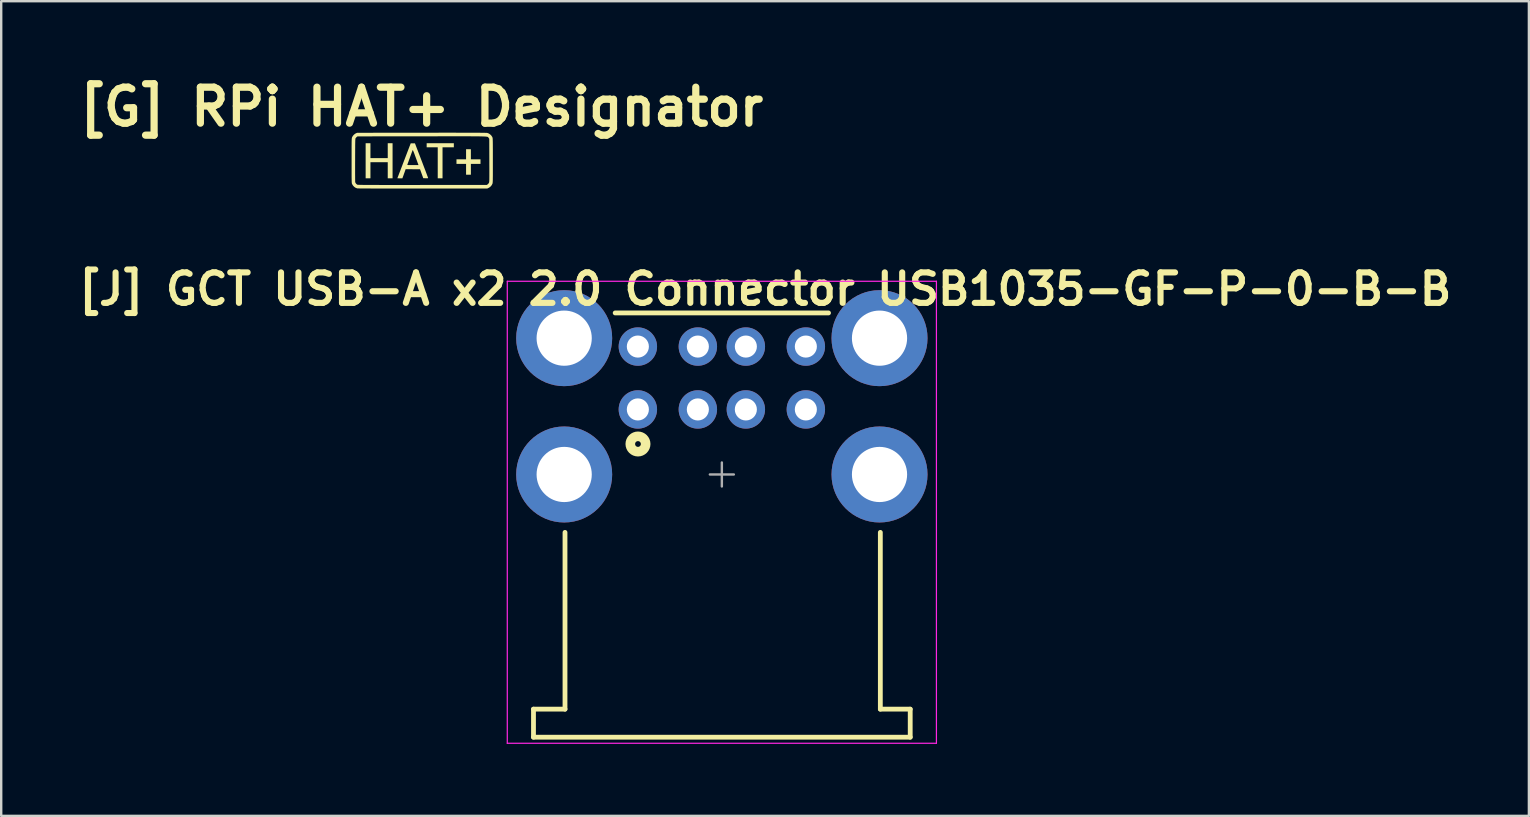
<source format=kicad_pcb>
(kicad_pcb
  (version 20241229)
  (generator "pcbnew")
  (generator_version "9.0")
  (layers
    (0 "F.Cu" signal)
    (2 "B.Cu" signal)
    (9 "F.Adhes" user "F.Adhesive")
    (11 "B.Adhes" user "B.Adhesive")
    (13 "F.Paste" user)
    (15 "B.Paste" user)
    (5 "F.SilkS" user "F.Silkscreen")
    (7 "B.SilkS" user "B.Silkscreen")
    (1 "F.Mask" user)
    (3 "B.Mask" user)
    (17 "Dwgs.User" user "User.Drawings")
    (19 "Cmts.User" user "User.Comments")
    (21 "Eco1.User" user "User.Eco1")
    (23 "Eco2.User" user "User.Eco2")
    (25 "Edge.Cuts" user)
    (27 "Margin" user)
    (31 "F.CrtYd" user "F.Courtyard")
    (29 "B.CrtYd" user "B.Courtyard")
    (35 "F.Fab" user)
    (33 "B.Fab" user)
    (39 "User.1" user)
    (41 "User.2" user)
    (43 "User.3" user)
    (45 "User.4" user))
  (footprint "[G] RPi HAT+ Designator"
    (layer "F.Cu")
    (at 14.529 3.654)
    (property "Reference" "[G] RPi HAT+ Designator" (at -0.015 -2.25 0) (layer "F.SilkS") (effects (font (size 1.5 1.5) (thickness 0.3))))
    (attr exclude_from_pos_files exclude_from_bom)
    (fp_poly (pts (xy 1.332 -0.651) (xy 1.332 -0.566) (xy 1.096 -0.566) (xy 0.861 -0.566) (xy 0.861 0.08) (xy 0.861 0.726) (xy 0.761 0.726) (xy 0.661 0.726) (xy 0.661 0.08) (xy 0.661 -0.566) (xy 0.431 -0.566) (xy 0.2 -0.566) (xy 0.2 -0.651) (xy 0.2 -0.736) (xy 0.766 -0.736) (xy 1.332 -0.736)) (stroke (width 0) (type solid)) (fill yes) (layer "F.SilkS"))
    (fp_poly (pts (xy -2.143 -0.426) (xy -2.143 -0.115) (xy -1.782 -0.115) (xy -1.422 -0.115) (xy -1.422 -0.426) (xy -1.422 -0.736) (xy -1.322 -0.736) (xy -1.221 -0.736) (xy -1.221 -0.005) (xy -1.221 0.726) (xy -1.322 0.726) (xy -1.422 0.726) (xy -1.422 0.39) (xy -1.422 0.055) (xy -1.782 0.055) (xy -2.143 0.055) (xy -2.143 0.39) (xy -2.143 0.726) (xy -2.243 0.726) (xy -2.343 0.726) (xy -2.343 -0.005) (xy -2.343 -0.736) (xy -2.243 -0.736) (xy -2.143 -0.736)) (stroke (width 0) (type solid)) (fill yes) (layer "F.SilkS"))
    (fp_poly (pts (xy 2.042 -0.275) (xy 2.042 -0.065) (xy 2.243 -0.065) (xy 2.443 -0.065) (xy 2.443 0.03) (xy 2.443 0.125) (xy 2.243 0.125) (xy 2.042 0.125) (xy 2.042 0.35) (xy 2.042 0.576) (xy 1.942 0.576) (xy 1.842 0.576) (xy 1.842 0.35) (xy 1.842 0.125) (xy 1.642 0.125) (xy 1.442 0.125) (xy 1.442 0.03) (xy 1.442 -0.065) (xy 1.642 -0.065) (xy 1.842 -0.065) (xy 1.842 -0.275) (xy 1.842 -0.486) (xy 1.942 -0.486) (xy 2.042 -0.486)) (stroke (width 0) (type solid)) (fill yes) (layer "F.SilkS"))
    (fp_poly (pts (xy -0.014 -0.015) (xy 0.03 0.099) (xy 0.071 0.208) (xy 0.11 0.31) (xy 0.146 0.404) (xy 0.177 0.488) (xy 0.205 0.562) (xy 0.227 0.622) (xy 0.245 0.668) (xy 0.256 0.699) (xy 0.26 0.713) (xy 0.26 0.714) (xy 0.255 0.72) (xy 0.239 0.723) (xy 0.208 0.724) (xy 0.159 0.724) (xy 0.159 0.724) (xy 0.058 0.721) (xy -0.009 0.536) (xy -0.076 0.35) (xy -0.376 0.348) (xy -0.676 0.345) (xy -0.724 0.483) (xy -0.744 0.537) (xy -0.762 0.59) (xy -0.779 0.635) (xy -0.791 0.668) (xy -0.793 0.673) (xy -0.812 0.726) (xy -0.917 0.726) (xy -0.96 0.726) (xy -0.994 0.725) (xy -1.016 0.724) (xy -1.021 0.723) (xy -1.017 0.714) (xy -1.007 0.687) (xy -0.991 0.644) (xy -0.969 0.587) (xy -0.943 0.517) (xy -0.911 0.436) (xy -0.876 0.344) (xy -0.838 0.244) (xy -0.807 0.163) (xy -0.607 0.163) (xy -0.604 0.167) (xy -0.594 0.171) (xy -0.575 0.173) (xy -0.545 0.174) (xy -0.501 0.175) (xy -0.442 0.175) (xy -0.377 0.175) (xy -0.14 0.175) (xy -0.171 0.093) (xy -0.183 0.06) (xy -0.2 0.012) (xy -0.222 -0.048) (xy -0.246 -0.114) (xy -0.272 -0.185) (xy -0.288 -0.228) (xy -0.317 -0.309) (xy -0.342 -0.372) (xy -0.361 -0.417) (xy -0.374 -0.445) (xy -0.381 -0.453) (xy -0.382 -0.452) (xy -0.387 -0.44) (xy -0.398 -0.411) (xy -0.415 -0.368) (xy -0.435 -0.313) (xy -0.458 -0.249) (xy -0.484 -0.179) (xy -0.494 -0.149) (xy -0.521 -0.076) (xy -0.545 -0.009) (xy -0.566 0.05) (xy -0.584 0.098) (xy -0.597 0.134) (xy -0.605 0.154) (xy -0.606 0.158) (xy -0.607 0.163) (xy -0.807 0.163) (xy -0.797 0.136) (xy -0.753 0.022) (xy -0.743 -0.005) (xy -0.465 -0.731) (xy -0.377 -0.731) (xy -0.288 -0.731)) (stroke (width 0) (type solid)) (fill yes) (layer "F.SilkS"))
    (fp_poly (pts (xy 1.313 -1.175) (xy 1.522 -1.174) (xy 1.713 -1.174) (xy 1.886 -1.174) (xy 2.042 -1.174) (xy 2.181 -1.173) (xy 2.304 -1.172) (xy 2.41 -1.172) (xy 2.499 -1.171) (xy 2.574 -1.17) (xy 2.632 -1.169) (xy 2.676 -1.168) (xy 2.705 -1.167) (xy 2.72 -1.166) (xy 2.721 -1.166) (xy 2.783 -1.144) (xy 2.842 -1.106) (xy 2.893 -1.057) (xy 2.931 -1) (xy 2.946 -0.963) (xy 2.948 -0.951) (xy 2.95 -0.932) (xy 2.952 -0.902) (xy 2.953 -0.863) (xy 2.955 -0.813) (xy 2.956 -0.75) (xy 2.957 -0.673) (xy 2.957 -0.582) (xy 2.958 -0.476) (xy 2.958 -0.353) (xy 2.958 -0.212) (xy 2.958 -0.053) (xy 2.958 -0.01) (xy 2.958 0.146) (xy 2.958 0.284) (xy 2.958 0.404) (xy 2.958 0.508) (xy 2.958 0.597) (xy 2.957 0.673) (xy 2.956 0.736) (xy 2.956 0.788) (xy 2.954 0.83) (xy 2.953 0.864) (xy 2.951 0.89) (xy 2.949 0.911) (xy 2.947 0.926) (xy 2.945 0.939) (xy 2.942 0.949) (xy 2.94 0.953) (xy 2.909 1.014) (xy 2.863 1.069) (xy 2.805 1.113) (xy 2.785 1.123) (xy 2.728 1.151) (xy 0.04 1.153) (xy -0.191 1.153) (xy -0.417 1.153) (xy -0.638 1.153) (xy -0.851 1.153) (xy -1.058 1.153) (xy -1.256 1.152) (xy -1.444 1.152) (xy -1.623 1.152) (xy -1.791 1.152) (xy -1.948 1.151) (xy -2.091 1.151) (xy -2.222 1.15) (xy -2.338 1.15) (xy -2.439 1.149) (xy -2.525 1.148) (xy -2.594 1.148) (xy -2.645 1.147) (xy -2.678 1.146) (xy -2.692 1.146) (xy -2.692 1.146) (xy -2.757 1.123) (xy -2.818 1.083) (xy -2.869 1.029) (xy -2.907 0.967) (xy -2.911 0.959) (xy -2.914 0.95) (xy -2.917 0.94) (xy -2.919 0.927) (xy -2.921 0.91) (xy -2.923 0.888) (xy -2.924 0.858) (xy -2.925 0.821) (xy -2.926 0.774) (xy -2.927 0.717) (xy -2.928 0.649) (xy -2.928 0.567) (xy -2.928 0.471) (xy -2.928 0.359) (xy -2.928 0.343) (xy -2.782 0.343) (xy -2.782 0.455) (xy -2.782 0.557) (xy -2.781 0.648) (xy -2.781 0.727) (xy -2.78 0.791) (xy -2.78 0.84) (xy -2.779 0.871) (xy -2.778 0.883) (xy -2.763 0.921) (xy -2.735 0.958) (xy -2.7 0.986) (xy -2.689 0.992) (xy -2.683 0.994) (xy -2.671 0.995) (xy -2.653 0.996) (xy -2.627 0.997) (xy -2.594 0.998) (xy -2.553 0.999) (xy -2.502 1) (xy -2.442 1.001) (xy -2.371 1.001) (xy -2.29 1.002) (xy -2.197 1.002) (xy -2.091 1.003) (xy -1.972 1.003) (xy -1.84 1.003) (xy -1.694 1.004) (xy -1.533 1.004) (xy -1.356 1.004) (xy -1.163 1.004) (xy -0.953 1.004) (xy -0.725 1.004) (xy -0.48 1.004) (xy -0.215 1.004) (xy 0.025 1.003) (xy 2.708 1.001) (xy 2.741 0.978) (xy 2.767 0.953) (xy 2.79 0.922) (xy 2.794 0.915) (xy 2.797 0.908) (xy 2.8 0.9) (xy 2.803 0.89) (xy 2.805 0.877) (xy 2.807 0.859) (xy 2.808 0.835) (xy 2.81 0.804) (xy 2.811 0.764) (xy 2.811 0.715) (xy 2.812 0.654) (xy 2.812 0.581) (xy 2.812 0.495) (xy 2.812 0.394) (xy 2.812 0.277) (xy 2.811 0.142) (xy 2.811 -0.011) (xy 2.811 -0.023) (xy 2.808 -0.923) (xy 2.779 -0.96) (xy 2.775 -0.967) (xy 2.772 -0.973) (xy 2.769 -0.979) (xy 2.766 -0.985) (xy 2.761 -0.989) (xy 2.755 -0.994) (xy 2.747 -0.998) (xy 2.736 -1.002) (xy 2.721 -1.005) (xy 2.701 -1.008) (xy 2.676 -1.011) (xy 2.645 -1.014) (xy 2.608 -1.016) (xy 2.563 -1.018) (xy 2.51 -1.019) (xy 2.449 -1.021) (xy 2.378 -1.022) (xy 2.297 -1.023) (xy 2.205 -1.024) (xy 2.101 -1.024) (xy 1.985 -1.025) (xy 1.857 -1.025) (xy 1.714 -1.025) (xy 1.557 -1.025) (xy 1.385 -1.025) (xy 1.197 -1.025) (xy 0.993 -1.025) (xy 0.772 -1.025) (xy 0.532 -1.024) (xy 0.274 -1.024) (xy 0.001 -1.024) (xy -2.682 -1.021) (xy -2.709 -1.001) (xy -2.736 -0.977) (xy -2.758 -0.952) (xy -2.761 -0.947) (xy -2.764 -0.941) (xy -2.767 -0.933) (xy -2.769 -0.922) (xy -2.771 -0.906) (xy -2.773 -0.884) (xy -2.775 -0.854) (xy -2.776 -0.817) (xy -2.777 -0.77) (xy -2.778 -0.711) (xy -2.779 -0.641) (xy -2.779 -0.557) (xy -2.78 -0.458) (xy -2.78 -0.343) (xy -2.781 -0.211) (xy -2.781 -0.06) (xy -2.781 -0.037) (xy -2.782 0.095) (xy -2.782 0.223) (xy -2.782 0.343) (xy -2.928 0.343) (xy -2.928 0.231) (xy -2.928 0.084) (xy -2.928 -0.005) (xy -2.928 -0.162) (xy -2.928 -0.301) (xy -2.928 -0.422) (xy -2.928 -0.527) (xy -2.928 -0.617) (xy -2.927 -0.693) (xy -2.927 -0.757) (xy -2.926 -0.809) (xy -2.925 -0.852) (xy -2.923 -0.886) (xy -2.922 -0.913) (xy -2.92 -0.934) (xy -2.918 -0.95) (xy -2.915 -0.962) (xy -2.912 -0.972) (xy -2.909 -0.981) (xy -2.88 -1.035) (xy -2.836 -1.087) (xy -2.784 -1.129) (xy -2.75 -1.148) (xy -2.698 -1.171) (xy -0.015 -1.174) (xy 0.289 -1.174) (xy 0.574 -1.174) (xy 0.839 -1.175) (xy 1.085 -1.175)) (stroke (width 0) (type solid)) (fill yes) (layer "F.SilkS")))
  (footprint "[J] GCT USB-A x2 2.0 Connector USB1035-GF-P-0-B-B"
    (layer "F.Cu")
    (at 27.029 16.721)
    (property "Reference" "[J] GCT USB-A x2 2.0 Connector USB1035-GF-P-0-B-B" (at 1.8 -7.725 0) (layer "F.SilkS") (effects (font (size 1.27 1.27) (thickness 0.254) (bold yes))))
    (attr through_hole)
    (fp_line (start -7.849 9.779) (end -6.536 9.779) (stroke (width 0.2) (type solid)) (layer "F.SilkS"))
    (fp_line (start -7.849 10.947) (end -7.849 9.779) (stroke (width 0.2) (type solid)) (layer "F.SilkS"))
    (fp_line (start -7.849 10.947) (end 7.849 10.947) (stroke (width 0.2) (type solid)) (layer "F.SilkS"))
    (fp_line (start -6.536 9.779) (end -6.536 2.413) (stroke (width 0.2) (type solid)) (layer "F.SilkS"))
    (fp_line (start -4.445 -6.731) (end 4.445 -6.731) (stroke (width 0.2) (type solid)) (layer "F.SilkS"))
    (fp_line (start 6.604 9.779) (end 6.604 2.413) (stroke (width 0.2) (type solid)) (layer "F.SilkS"))
    (fp_line (start 6.604 9.779) (end 7.849 9.779) (stroke (width 0.2) (type solid)) (layer "F.SilkS"))
    (fp_line (start 7.849 10.947) (end 7.849 9.779) (stroke (width 0.2) (type solid)) (layer "F.SilkS"))
    (fp_circle (center -3.495 -1.27) (end -3.375 -1.27) (stroke (width 0.4) (type solid)) (fill no) (layer "F.SilkS"))
    (fp_line (start -8.941 -8.052) (end 8.941 -8.052) (stroke (width 0.05) (type solid)) (layer "F.CrtYd"))
    (fp_line (start -8.941 11.201) (end -8.941 -8.052) (stroke (width 0.05) (type solid)) (layer "F.CrtYd"))
    (fp_line (start -8.941 11.201) (end 8.941 11.201) (stroke (width 0.05) (type solid)) (layer "F.CrtYd"))
    (fp_line (start 8.941 11.201) (end 8.941 -8.052) (stroke (width 0.05) (type solid)) (layer "F.CrtYd"))
    (fp_line (start -0.5 0) (end 0.5 0) (stroke (width 0.1) (type solid)) (layer "F.Fab"))
    (fp_line (start 0 0.5) (end 0 -0.5) (stroke (width 0.1) (type solid)) (layer "F.Fab"))
    (pad "1A" thru_hole circle (at -3.5 -5.33) (size 1.6 1.6) (drill 0.92) (layers "*.Cu" "*.Mask"))
    (pad "1B" thru_hole circle (at -3.5 -2.71) (size 1.6 1.6) (drill 0.92) (layers "*.Cu" "*.Mask"))
    (pad "2A" thru_hole circle (at -1 -5.33) (size 1.6 1.6) (drill 0.92) (layers "*.Cu" "*.Mask"))
    (pad "2B" thru_hole circle (at -1 -2.71) (size 1.6 1.6) (drill 0.92) (layers "*.Cu" "*.Mask"))
    (pad "3A" thru_hole circle (at 1 -5.33) (size 1.6 1.6) (drill 0.92) (layers "*.Cu" "*.Mask"))
    (pad "3B" thru_hole circle (at 1 -2.71) (size 1.6 1.6) (drill 0.92) (layers "*.Cu" "*.Mask"))
    (pad "4A" thru_hole circle (at 3.5 -5.33) (size 1.6 1.6) (drill 0.92) (layers "*.Cu" "*.Mask"))
    (pad "4B" thru_hole circle (at 3.5 -2.71) (size 1.6 1.6) (drill 0.92) (layers "*.Cu" "*.Mask"))
    (pad "9" thru_hole circle (at -6.57 0) (size 4 4) (drill 2.3) (layers "*.Cu" "*.Mask"))
    (pad "10" thru_hole circle (at 6.57 0) (size 4 4) (drill 2.3) (layers "*.Cu" "*.Mask"))
    (pad "11" thru_hole circle (at -6.57 -5.68) (size 4 4) (drill 2.3) (layers "*.Cu" "*.Mask"))
    (pad "12" thru_hole circle (at 6.57 -5.68) (size 4 4) (drill 2.3) (layers "*.Cu" "*.Mask")))
  (gr_rect
    (start -3 -3)
    (end 60.658 30.947)
    (stroke (width 0.1) (type default))
    (fill no)
    (layer "Edge.Cuts")))
</source>
